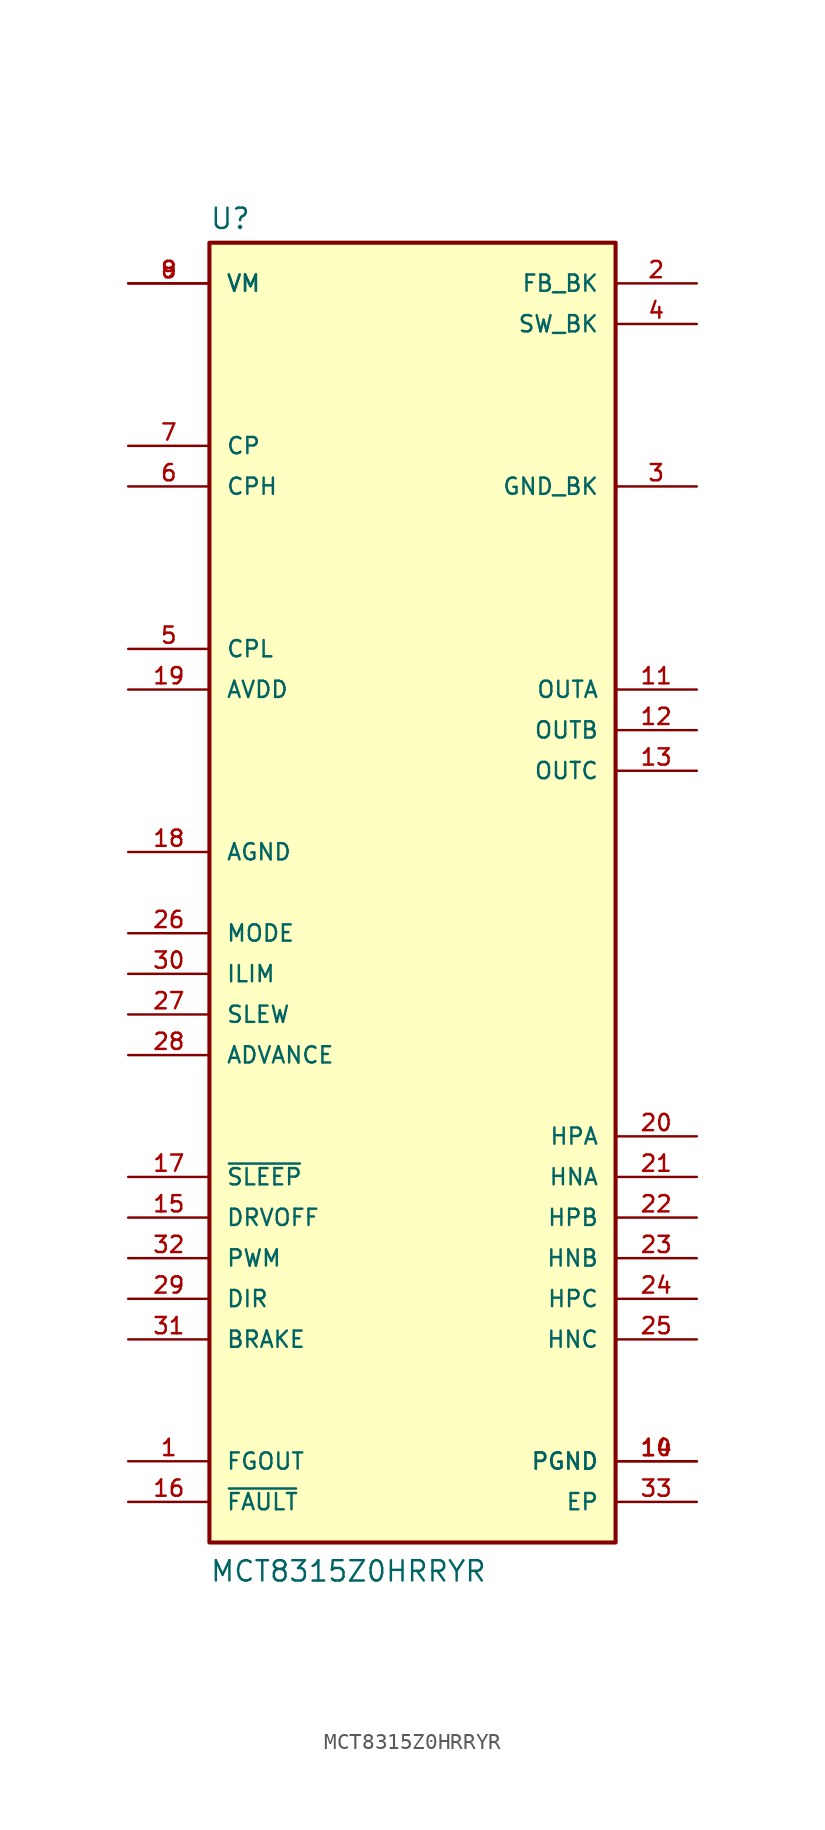
<source format=kicad_sym>
(kicad_symbol_lib
  (version 20231120)
  (generator "kicad_symbol_editor")
  (generator_version "8.0")
  (symbol "MCT8315Z0HRRYR"
    (pin_names
      (offset 1.016))
    (property "Reference" "U"
      (at -12.7 41.402 0)
      (effects (font (size 1.27 1.27)) (justify left bottom)))
    (property "Value" "MCT8315Z0HRRYR"
      (at -12.7 -43.18 0)
      (effects (font (size 1.27 1.27)) (justify left bottom)))
    (symbol "MCT8315Z0HRRYR_0_0"
      (rectangle (start -12.7 40.64) (end 12.7 -40.64) (stroke (width 0.254) (type default)) (fill (type background)))
      (pin output line (at -17.78 -35.56 0) (length 5.08) (name "FGOUT" (effects (font (size 1.016 1.016)))) (number "1" (effects (font (size 1.016 1.016)))))
      (pin power_in line (at 17.78 -35.56 180) (length 5.08) (name "PGND" (effects (font (size 1.016 1.016)))) (number "10" (effects (font (size 1.016 1.016)))))
      (pin power_in line (at 17.78 -35.56 180) (length 5.08) (name "PGND" (effects (font (size 1.016 1.016)))) (number "14" (effects (font (size 1.016 1.016)))))
      (pin input line (at -17.78 -20.32 0) (length 5.08) (name "DRVOFF" (effects (font (size 1.016 1.016)))) (number "15" (effects (font (size 1.016 1.016)))))
      (pin output line (at -17.78 -38.1 0) (length 5.08) (name "~{FAULT}" (effects (font (size 1.016 1.016)))) (number "16" (effects (font (size 1.016 1.016)))))
      (pin input line (at -17.78 -17.78 0) (length 5.08) (name "~{SLEEP}" (effects (font (size 1.016 1.016)))) (number "17" (effects (font (size 1.016 1.016)))))
      (pin power_in line (at -17.78 2.54 0) (length 5.08) (name "AGND" (effects (font (size 1.016 1.016)))) (number "18" (effects (font (size 1.016 1.016)))))
      (pin input line (at 17.78 38.1 180) (length 5.08) (name "FB_BK" (effects (font (size 1.016 1.016)))) (number "2" (effects (font (size 1.016 1.016)))))
      (pin input line (at 17.78 -15.24 180) (length 5.08) (name "HPA" (effects (font (size 1.016 1.016)))) (number "20" (effects (font (size 1.016 1.016)))))
      (pin input line (at 17.78 -17.78 180) (length 5.08) (name "HNA" (effects (font (size 1.016 1.016)))) (number "21" (effects (font (size 1.016 1.016)))))
      (pin input line (at 17.78 -20.32 180) (length 5.08) (name "HPB" (effects (font (size 1.016 1.016)))) (number "22" (effects (font (size 1.016 1.016)))))
      (pin input line (at 17.78 -22.86 180) (length 5.08) (name "HNB" (effects (font (size 1.016 1.016)))) (number "23" (effects (font (size 1.016 1.016)))))
      (pin input line (at 17.78 -25.4 180) (length 5.08) (name "HPC" (effects (font (size 1.016 1.016)))) (number "24" (effects (font (size 1.016 1.016)))))
      (pin input line (at 17.78 -27.94 180) (length 5.08) (name "HNC" (effects (font (size 1.016 1.016)))) (number "25" (effects (font (size 1.016 1.016)))))
      (pin input line (at -17.78 -2.54 0) (length 5.08) (name "MODE" (effects (font (size 1.016 1.016)))) (number "26" (effects (font (size 1.016 1.016)))))
      (pin input line (at -17.78 -7.62 0) (length 5.08) (name "SLEW" (effects (font (size 1.016 1.016)))) (number "27" (effects (font (size 1.016 1.016)))))
      (pin input line (at -17.78 -10.16 0) (length 5.08) (name "ADVANCE" (effects (font (size 1.016 1.016)))) (number "28" (effects (font (size 1.016 1.016)))))
      (pin input line (at -17.78 -25.4 0) (length 5.08) (name "DIR" (effects (font (size 1.016 1.016)))) (number "29" (effects (font (size 1.016 1.016)))))
      (pin power_in line (at 17.78 25.4 180) (length 5.08) (name "GND_BK" (effects (font (size 1.016 1.016)))) (number "3" (effects (font (size 1.016 1.016)))))
      (pin input line (at -17.78 -5.08 0) (length 5.08) (name "ILIM" (effects (font (size 1.016 1.016)))) (number "30" (effects (font (size 1.016 1.016)))))
      (pin input line (at -17.78 -27.94 0) (length 5.08) (name "BRAKE" (effects (font (size 1.016 1.016)))) (number "31" (effects (font (size 1.016 1.016)))))
      (pin input line (at -17.78 -22.86 0) (length 5.08) (name "PWM" (effects (font (size 1.016 1.016)))) (number "32" (effects (font (size 1.016 1.016)))))
      (pin power_in line (at 17.78 -38.1 180) (length 5.08) (name "EP" (effects (font (size 1.016 1.016)))) (number "33" (effects (font (size 1.016 1.016)))))
      (pin power_in line (at -17.78 38.1 0) (length 5.08) (name "VM" (effects (font (size 1.016 1.016)))) (number "8" (effects (font (size 1.016 1.016)))))
      (pin power_in line (at -17.78 38.1 0) (length 5.08) (name "VM" (effects (font (size 1.016 1.016)))) (number "9" (effects (font (size 1.016 1.016))))))
    (symbol "MCT8315Z0HRRYR_1_0"
      (pin power_out line (at 17.78 12.7 180) (length 5.08) (name "OUTA" (effects (font (size 1.016 1.016)))) (number "11" (effects (font (size 1.016 1.016)))))
      (pin power_out line (at 17.78 10.16 180) (length 5.08) (name "OUTB" (effects (font (size 1.016 1.016)))) (number "12" (effects (font (size 1.016 1.016)))))
      (pin power_out line (at 17.78 7.62 180) (length 5.08) (name "OUTC" (effects (font (size 1.016 1.016)))) (number "13" (effects (font (size 1.016 1.016)))))
      (pin power_out line (at -17.78 12.7 0) (length 5.08) (name "AVDD" (effects (font (size 1.016 1.016)))) (number "19" (effects (font (size 1.016 1.016)))))
      (pin power_out line (at 17.78 35.56 180) (length 5.08) (name "SW_BK" (effects (font (size 1.016 1.016)))) (number "4" (effects (font (size 1.016 1.016)))))
      (pin power_out line (at -17.78 15.24 0) (length 5.08) (name "CPL" (effects (font (size 1.016 1.016)))) (number "5" (effects (font (size 1.016 1.016)))))
      (pin power_out line (at -17.78 25.4 0) (length 5.08) (name "CPH" (effects (font (size 1.016 1.016)))) (number "6" (effects (font (size 1.016 1.016)))))
      (pin power_out line (at -17.78 27.94 0) (length 5.08) (name "CP" (effects (font (size 1.016 1.016)))) (number "7" (effects (font (size 1.016 1.016))))))))
</source>
